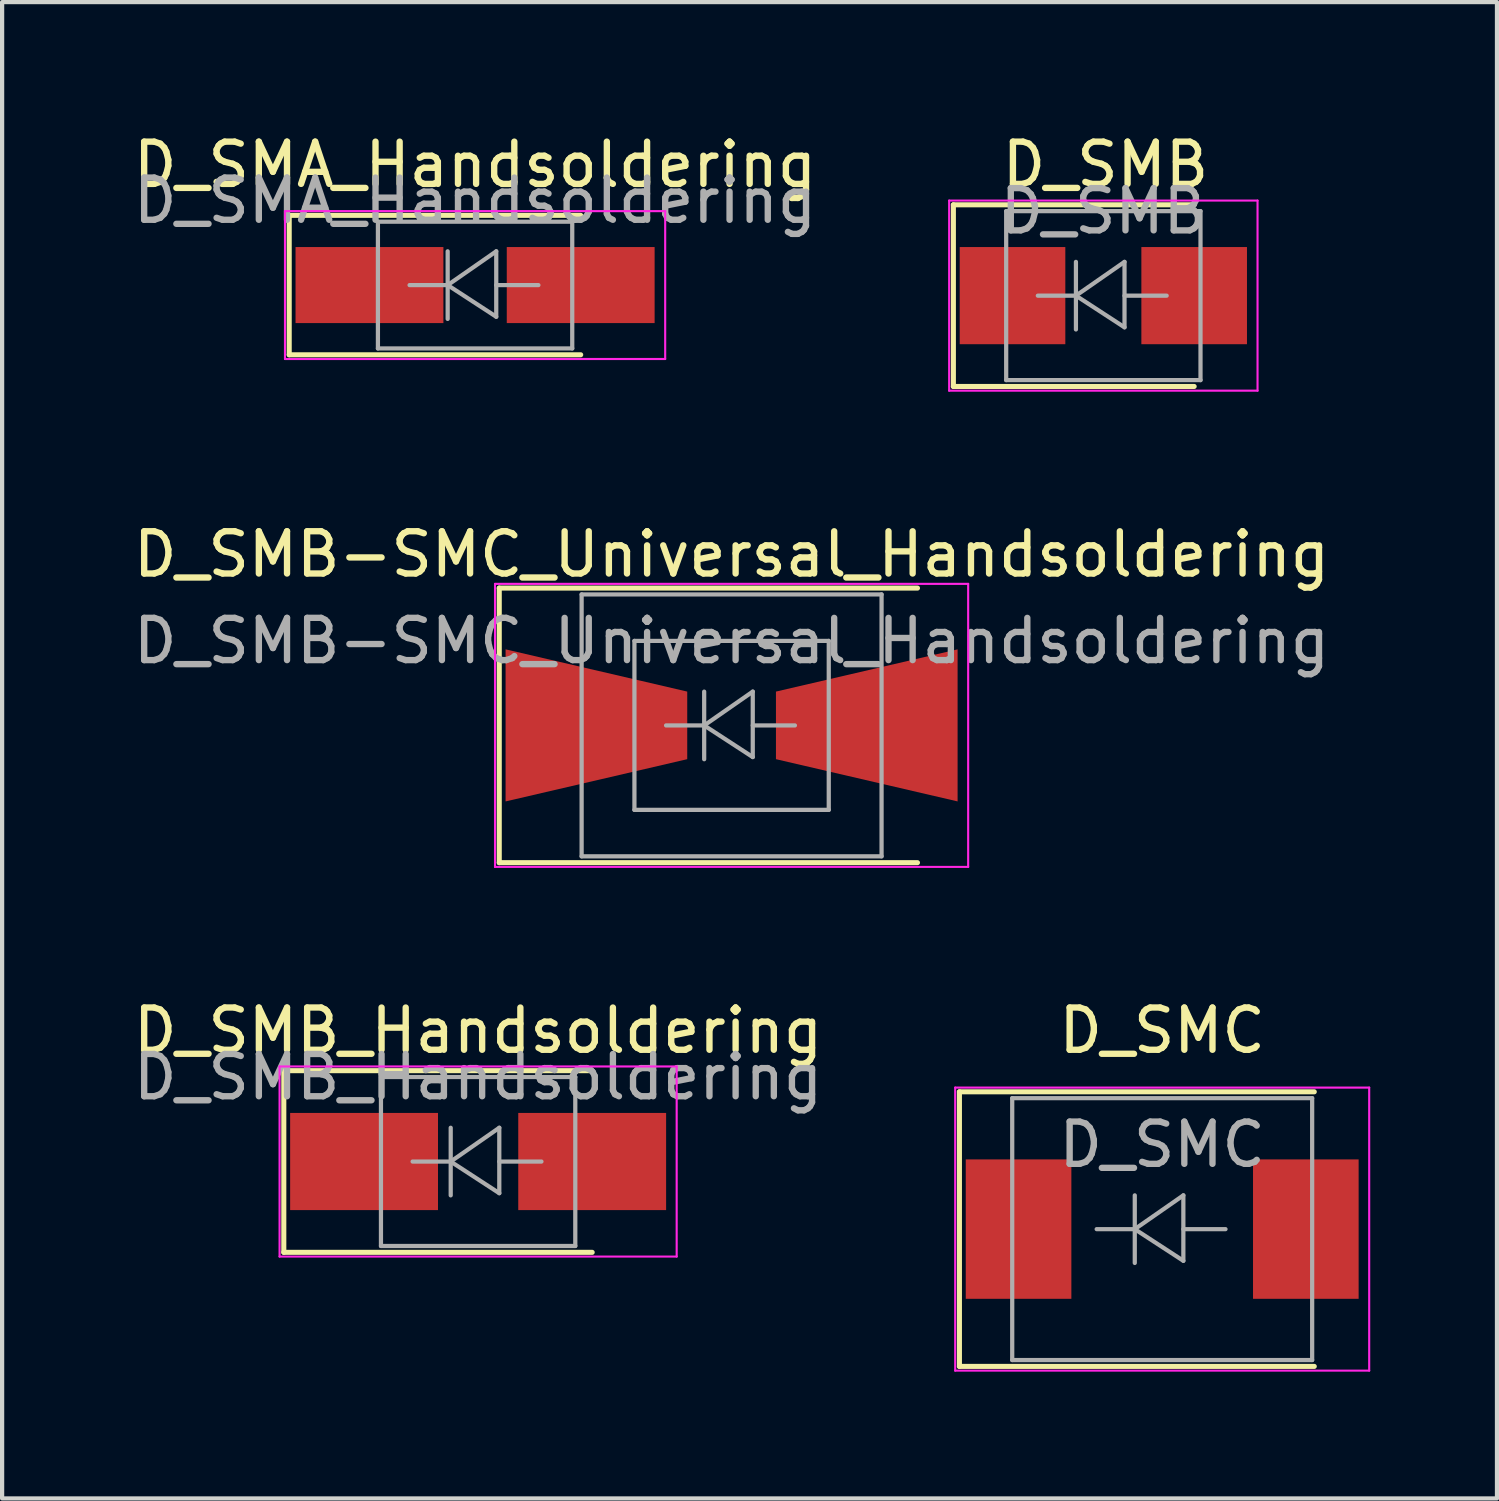
<source format=kicad_pcb>
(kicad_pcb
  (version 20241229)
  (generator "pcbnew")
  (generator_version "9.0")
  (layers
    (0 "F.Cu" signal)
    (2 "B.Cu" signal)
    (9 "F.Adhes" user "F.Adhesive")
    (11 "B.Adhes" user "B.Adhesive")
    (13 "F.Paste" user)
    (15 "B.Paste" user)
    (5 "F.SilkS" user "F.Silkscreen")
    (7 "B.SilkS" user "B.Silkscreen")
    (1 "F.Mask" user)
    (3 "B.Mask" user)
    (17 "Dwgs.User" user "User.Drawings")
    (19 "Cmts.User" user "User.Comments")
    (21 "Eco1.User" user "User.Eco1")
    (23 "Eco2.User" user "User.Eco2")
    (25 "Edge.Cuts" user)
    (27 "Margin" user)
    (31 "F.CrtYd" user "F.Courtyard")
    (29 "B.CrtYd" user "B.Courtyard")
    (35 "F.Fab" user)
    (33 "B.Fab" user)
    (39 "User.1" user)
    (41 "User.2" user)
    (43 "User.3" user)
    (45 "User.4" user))
  (footprint "D_SMB"
    (layer "F.Cu")
    (at 23.068 3.948)
    (property "Reference" "D_SMB" (at 0.05 -3.1 0) (layer "F.SilkS") (effects (font (size 1 1) (thickness 0.15))))
    (attr smd)
    (fp_line (start -3.55 -2.15) (end -3.55 2.15) (stroke (width 0.12) (type solid)) (layer "F.SilkS"))
    (fp_line (start -3.55 -2.15) (end 2.15 -2.15) (stroke (width 0.12) (type solid)) (layer "F.SilkS"))
    (fp_line (start -3.55 2.15) (end 2.15 2.15) (stroke (width 0.12) (type solid)) (layer "F.SilkS"))
    (fp_line (start -3.65 -2.25) (end 3.65 -2.25) (stroke (width 0.05) (type solid)) (layer "F.CrtYd"))
    (fp_line (start -3.65 2.25) (end -3.65 -2.25) (stroke (width 0.05) (type solid)) (layer "F.CrtYd"))
    (fp_line (start 3.65 -2.25) (end 3.65 2.25) (stroke (width 0.05) (type solid)) (layer "F.CrtYd"))
    (fp_line (start 3.65 2.25) (end -3.65 2.25) (stroke (width 0.05) (type solid)) (layer "F.CrtYd"))
    (fp_line (start -2.3 2) (end -2.3 -2) (stroke (width 0.1) (type solid)) (layer "F.Fab"))
    (fp_line (start -0.649 -0.799) (end -0.649 0.801) (stroke (width 0.1) (type solid)) (layer "F.Fab"))
    (fp_line (start -0.649 0.001) (end -1.551 0.001) (stroke (width 0.1) (type solid)) (layer "F.Fab"))
    (fp_line (start -0.649 0.001) (end 0.501 -0.799) (stroke (width 0.1) (type solid)) (layer "F.Fab"))
    (fp_line (start -0.649 0.001) (end 0.501 0.75) (stroke (width 0.1) (type solid)) (layer "F.Fab"))
    (fp_line (start 0.501 0.001) (end 1.499 0.001) (stroke (width 0.1) (type solid)) (layer "F.Fab"))
    (fp_line (start 0.501 0.75) (end 0.501 -0.799) (stroke (width 0.1) (type solid)) (layer "F.Fab"))
    (fp_line (start 2.3 -2) (end -2.3 -2) (stroke (width 0.1) (type solid)) (layer "F.Fab"))
    (fp_line (start 2.3 -2) (end 2.3 2) (stroke (width 0.1) (type solid)) (layer "F.Fab"))
    (fp_line (start 2.3 2) (end -2.3 2) (stroke (width 0.1) (type solid)) (layer "F.Fab"))
    (fp_text user "${REFERENCE}" (at 0 -2 0) (layer "F.Fab") (effects (font (size 1 1) (thickness 0.15))))
    (pad "1" smd rect (at -2.15 0) (size 2.5 2.3) (layers "F.Cu" "F.Mask" "F.Paste"))
    (pad "2" smd rect (at 2.15 0) (size 2.5 2.3) (layers "F.Cu" "F.Mask" "F.Paste")))
  (footprint "D_SMC"
    (layer "F.Cu")
    (at 24.461 26.045)
    (property "Reference" "D_SMC" (at 0 -4.7 0) (layer "F.SilkS") (effects (font (size 1 1) (thickness 0.15))))
    (attr smd)
    (fp_line (start -4.8 -3.25) (end 3.6 -3.25) (stroke (width 0.12) (type solid)) (layer "F.SilkS"))
    (fp_line (start -4.8 3.25) (end -4.8 -3.25) (stroke (width 0.12) (type solid)) (layer "F.SilkS"))
    (fp_line (start -4.8 3.25) (end 3.6 3.25) (stroke (width 0.12) (type solid)) (layer "F.SilkS"))
    (fp_line (start -4.9 -3.35) (end 4.9 -3.35) (stroke (width 0.05) (type solid)) (layer "F.CrtYd"))
    (fp_line (start -4.9 3.35) (end -4.9 -3.35) (stroke (width 0.05) (type solid)) (layer "F.CrtYd"))
    (fp_line (start 4.9 -3.35) (end 4.9 3.35) (stroke (width 0.05) (type solid)) (layer "F.CrtYd"))
    (fp_line (start 4.9 3.35) (end -4.9 3.35) (stroke (width 0.05) (type solid)) (layer "F.CrtYd"))
    (fp_line (start -3.55 3.1) (end -3.55 -3.1) (stroke (width 0.1) (type solid)) (layer "F.Fab"))
    (fp_line (start -0.649 -0.799) (end -0.649 0.801) (stroke (width 0.1) (type solid)) (layer "F.Fab"))
    (fp_line (start -0.649 0.001) (end -1.551 0.001) (stroke (width 0.1) (type solid)) (layer "F.Fab"))
    (fp_line (start -0.649 0.001) (end 0.501 -0.799) (stroke (width 0.1) (type solid)) (layer "F.Fab"))
    (fp_line (start -0.649 0.001) (end 0.501 0.75) (stroke (width 0.1) (type solid)) (layer "F.Fab"))
    (fp_line (start 0.501 0.001) (end 1.499 0.001) (stroke (width 0.1) (type solid)) (layer "F.Fab"))
    (fp_line (start 0.501 0.75) (end 0.501 -0.799) (stroke (width 0.1) (type solid)) (layer "F.Fab"))
    (fp_line (start 3.55 -3.1) (end -3.55 -3.1) (stroke (width 0.1) (type solid)) (layer "F.Fab"))
    (fp_line (start 3.55 -3.1) (end 3.55 3.1) (stroke (width 0.1) (type solid)) (layer "F.Fab"))
    (fp_line (start 3.55 3.1) (end -3.55 3.1) (stroke (width 0.1) (type solid)) (layer "F.Fab"))
    (fp_text user "${REFERENCE}" (at 0 -2 0) (layer "F.Fab") (effects (font (size 1 1) (thickness 0.15))))
    (pad "1" smd rect (at -3.4 0 90) (size 3.3 2.5) (layers "F.Cu" "F.Mask" "F.Paste"))
    (pad "2" smd rect (at 3.4 0 90) (size 3.3 2.5) (layers "F.Cu" "F.Mask" "F.Paste")))
  (footprint "D_SMB_Handsoldering"
    (layer "F.Cu")
    (at 8.268 24.445)
    (property "Reference" "D_SMB_Handsoldering" (at 0 -3.1 0) (layer "F.SilkS") (effects (font (size 1 1) (thickness 0.15))))
    (attr smd)
    (fp_line (start -4.6 -2.15) (end -4.6 2.15) (stroke (width 0.12) (type solid)) (layer "F.SilkS"))
    (fp_line (start -4.6 -2.15) (end 2.7 -2.15) (stroke (width 0.12) (type solid)) (layer "F.SilkS"))
    (fp_line (start -4.6 2.15) (end 2.7 2.15) (stroke (width 0.12) (type solid)) (layer "F.SilkS"))
    (fp_line (start -4.7 -2.25) (end 4.7 -2.25) (stroke (width 0.05) (type solid)) (layer "F.CrtYd"))
    (fp_line (start -4.7 2.25) (end -4.7 -2.25) (stroke (width 0.05) (type solid)) (layer "F.CrtYd"))
    (fp_line (start 4.7 -2.25) (end 4.7 2.25) (stroke (width 0.05) (type solid)) (layer "F.CrtYd"))
    (fp_line (start 4.7 2.25) (end -4.7 2.25) (stroke (width 0.05) (type solid)) (layer "F.CrtYd"))
    (fp_line (start -2.3 2) (end -2.3 -2) (stroke (width 0.1) (type solid)) (layer "F.Fab"))
    (fp_line (start -0.649 -0.799) (end -0.649 0.801) (stroke (width 0.1) (type solid)) (layer "F.Fab"))
    (fp_line (start -0.649 0.001) (end -1.551 0.001) (stroke (width 0.1) (type solid)) (layer "F.Fab"))
    (fp_line (start -0.649 0.001) (end 0.501 -0.799) (stroke (width 0.1) (type solid)) (layer "F.Fab"))
    (fp_line (start -0.649 0.001) (end 0.501 0.75) (stroke (width 0.1) (type solid)) (layer "F.Fab"))
    (fp_line (start 0.501 0.001) (end 1.499 0.001) (stroke (width 0.1) (type solid)) (layer "F.Fab"))
    (fp_line (start 0.501 0.75) (end 0.501 -0.799) (stroke (width 0.1) (type solid)) (layer "F.Fab"))
    (fp_line (start 2.3 -2) (end -2.3 -2) (stroke (width 0.1) (type solid)) (layer "F.Fab"))
    (fp_line (start 2.3 -2) (end 2.3 2) (stroke (width 0.1) (type solid)) (layer "F.Fab"))
    (fp_line (start 2.3 2) (end -2.3 2) (stroke (width 0.1) (type solid)) (layer "F.Fab"))
    (fp_text user "${REFERENCE}" (at 0 -2 0) (layer "F.Fab") (effects (font (size 1 1) (thickness 0.15))))
    (pad "1" smd rect (at -2.7 0) (size 3.5 2.3) (layers "F.Cu" "F.Mask" "F.Paste"))
    (pad "2" smd rect (at 2.7 0) (size 3.5 2.3) (layers "F.Cu" "F.Mask" "F.Paste")))
  (footprint "D_SMA_Handsoldering"
    (layer "F.Cu")
    (at 8.196 3.698)
    (property "Reference" "D_SMA_Handsoldering" (at 0 -2.85 0) (layer "F.SilkS") (effects (font (size 1 1) (thickness 0.15))))
    (attr smd)
    (fp_line (start -4.4 -1.65) (end -4.4 1.65) (stroke (width 0.12) (type solid)) (layer "F.SilkS"))
    (fp_line (start -4.4 -1.65) (end 2.5 -1.65) (stroke (width 0.12) (type solid)) (layer "F.SilkS"))
    (fp_line (start -4.4 1.65) (end 2.5 1.65) (stroke (width 0.12) (type solid)) (layer "F.SilkS"))
    (fp_line (start -4.5 -1.75) (end 4.5 -1.75) (stroke (width 0.05) (type solid)) (layer "F.CrtYd"))
    (fp_line (start -4.5 1.75) (end -4.5 -1.75) (stroke (width 0.05) (type solid)) (layer "F.CrtYd"))
    (fp_line (start 4.5 -1.75) (end 4.5 1.75) (stroke (width 0.05) (type solid)) (layer "F.CrtYd"))
    (fp_line (start 4.5 1.75) (end -4.5 1.75) (stroke (width 0.05) (type solid)) (layer "F.CrtYd"))
    (fp_line (start -2.3 1.5) (end -2.3 -1.5) (stroke (width 0.1) (type solid)) (layer "F.Fab"))
    (fp_line (start -0.649 -0.799) (end -0.649 0.801) (stroke (width 0.1) (type solid)) (layer "F.Fab"))
    (fp_line (start -0.649 0.001) (end -1.551 0.001) (stroke (width 0.1) (type solid)) (layer "F.Fab"))
    (fp_line (start -0.649 0.001) (end 0.501 -0.799) (stroke (width 0.1) (type solid)) (layer "F.Fab"))
    (fp_line (start -0.649 0.001) (end 0.501 0.75) (stroke (width 0.1) (type solid)) (layer "F.Fab"))
    (fp_line (start 0.501 0.001) (end 1.499 0.001) (stroke (width 0.1) (type solid)) (layer "F.Fab"))
    (fp_line (start 0.501 0.75) (end 0.501 -0.799) (stroke (width 0.1) (type solid)) (layer "F.Fab"))
    (fp_line (start 2.3 -1.5) (end -2.3 -1.5) (stroke (width 0.1) (type solid)) (layer "F.Fab"))
    (fp_line (start 2.3 -1.5) (end 2.3 1.5) (stroke (width 0.1) (type solid)) (layer "F.Fab"))
    (fp_line (start 2.3 1.5) (end -2.3 1.5) (stroke (width 0.1) (type solid)) (layer "F.Fab"))
    (fp_text user "${REFERENCE}" (at 0 -2 0) (layer "F.Fab") (effects (font (size 1 1) (thickness 0.15))))
    (pad "1" smd rect (at -2.5 0) (size 3.5 1.8) (layers "F.Cu" "F.Mask" "F.Paste"))
    (pad "2" smd rect (at 2.5 0) (size 3.5 1.8) (layers "F.Cu" "F.Mask" "F.Paste")))
  (footprint "D_SMB-SMC_Universal_Handsoldering"
    (layer "F.Cu")
    (at 14.268 14.121)
    (property "Reference" "D_SMB-SMC_Universal_Handsoldering" (at 0 -4.05 0) (layer "F.SilkS") (effects (font (size 1 1) (thickness 0.15))))
    (attr smd)
    (fp_line (start -5.5 -3.25) (end 4.4 -3.25) (stroke (width 0.12) (type solid)) (layer "F.SilkS"))
    (fp_line (start -5.5 3.25) (end -5.5 -3.25) (stroke (width 0.12) (type solid)) (layer "F.SilkS"))
    (fp_line (start -5.5 3.25) (end 4.4 3.25) (stroke (width 0.12) (type solid)) (layer "F.SilkS"))
    (fp_line (start -5.6 -3.35) (end 5.6 -3.35) (stroke (width 0.05) (type solid)) (layer "F.CrtYd"))
    (fp_line (start -5.6 3.35) (end -5.6 -3.35) (stroke (width 0.05) (type solid)) (layer "F.CrtYd"))
    (fp_line (start 5.6 -3.35) (end 5.6 3.35) (stroke (width 0.05) (type solid)) (layer "F.CrtYd"))
    (fp_line (start 5.6 3.35) (end -5.6 3.35) (stroke (width 0.05) (type solid)) (layer "F.CrtYd"))
    (fp_line (start -3.55 3.1) (end -3.55 -3.1) (stroke (width 0.1) (type solid)) (layer "F.Fab"))
    (fp_line (start -2.3 2) (end -2.3 -2) (stroke (width 0.1) (type solid)) (layer "F.Fab"))
    (fp_line (start -0.649 -0.799) (end -0.649 0.801) (stroke (width 0.1) (type solid)) (layer "F.Fab"))
    (fp_line (start -0.649 0.001) (end -1.551 0.001) (stroke (width 0.1) (type solid)) (layer "F.Fab"))
    (fp_line (start -0.649 0.001) (end 0.501 -0.799) (stroke (width 0.1) (type solid)) (layer "F.Fab"))
    (fp_line (start -0.649 0.001) (end 0.501 0.75) (stroke (width 0.1) (type solid)) (layer "F.Fab"))
    (fp_line (start 0.501 0.001) (end 1.499 0.001) (stroke (width 0.1) (type solid)) (layer "F.Fab"))
    (fp_line (start 0.501 0.75) (end 0.501 -0.799) (stroke (width 0.1) (type solid)) (layer "F.Fab"))
    (fp_line (start 2.3 -2) (end -2.3 -2) (stroke (width 0.1) (type solid)) (layer "F.Fab"))
    (fp_line (start 2.3 -2) (end 2.3 2) (stroke (width 0.1) (type solid)) (layer "F.Fab"))
    (fp_line (start 2.3 2) (end -2.3 2) (stroke (width 0.1) (type solid)) (layer "F.Fab"))
    (fp_line (start 3.55 -3.1) (end -3.55 -3.1) (stroke (width 0.1) (type solid)) (layer "F.Fab"))
    (fp_line (start 3.55 -3.1) (end 3.55 3.1) (stroke (width 0.1) (type solid)) (layer "F.Fab"))
    (fp_line (start 3.55 3.1) (end -3.55 3.1) (stroke (width 0.1) (type solid)) (layer "F.Fab"))
    (fp_text user "${REFERENCE}" (at 0 -2 0) (layer "F.Fab") (effects (font (size 1 1) (thickness 0.15))))
    (pad "1" smd trapezoid (at -3.2 0) (size 4.3 2.6) (rect_delta 1 0) (layers "F.Cu" "F.Mask" "F.Paste"))
    (pad "2" smd trapezoid (at 3.2 0 180) (size 4.3 2.6) (rect_delta 1 0) (layers "F.Cu" "F.Mask" "F.Paste")))
  (gr_rect
    (start -3 -3)
    (end 32.386 32.42)
    (stroke (width 0.1) (type default))
    (fill no)
    (layer "Edge.Cuts")))
</source>
